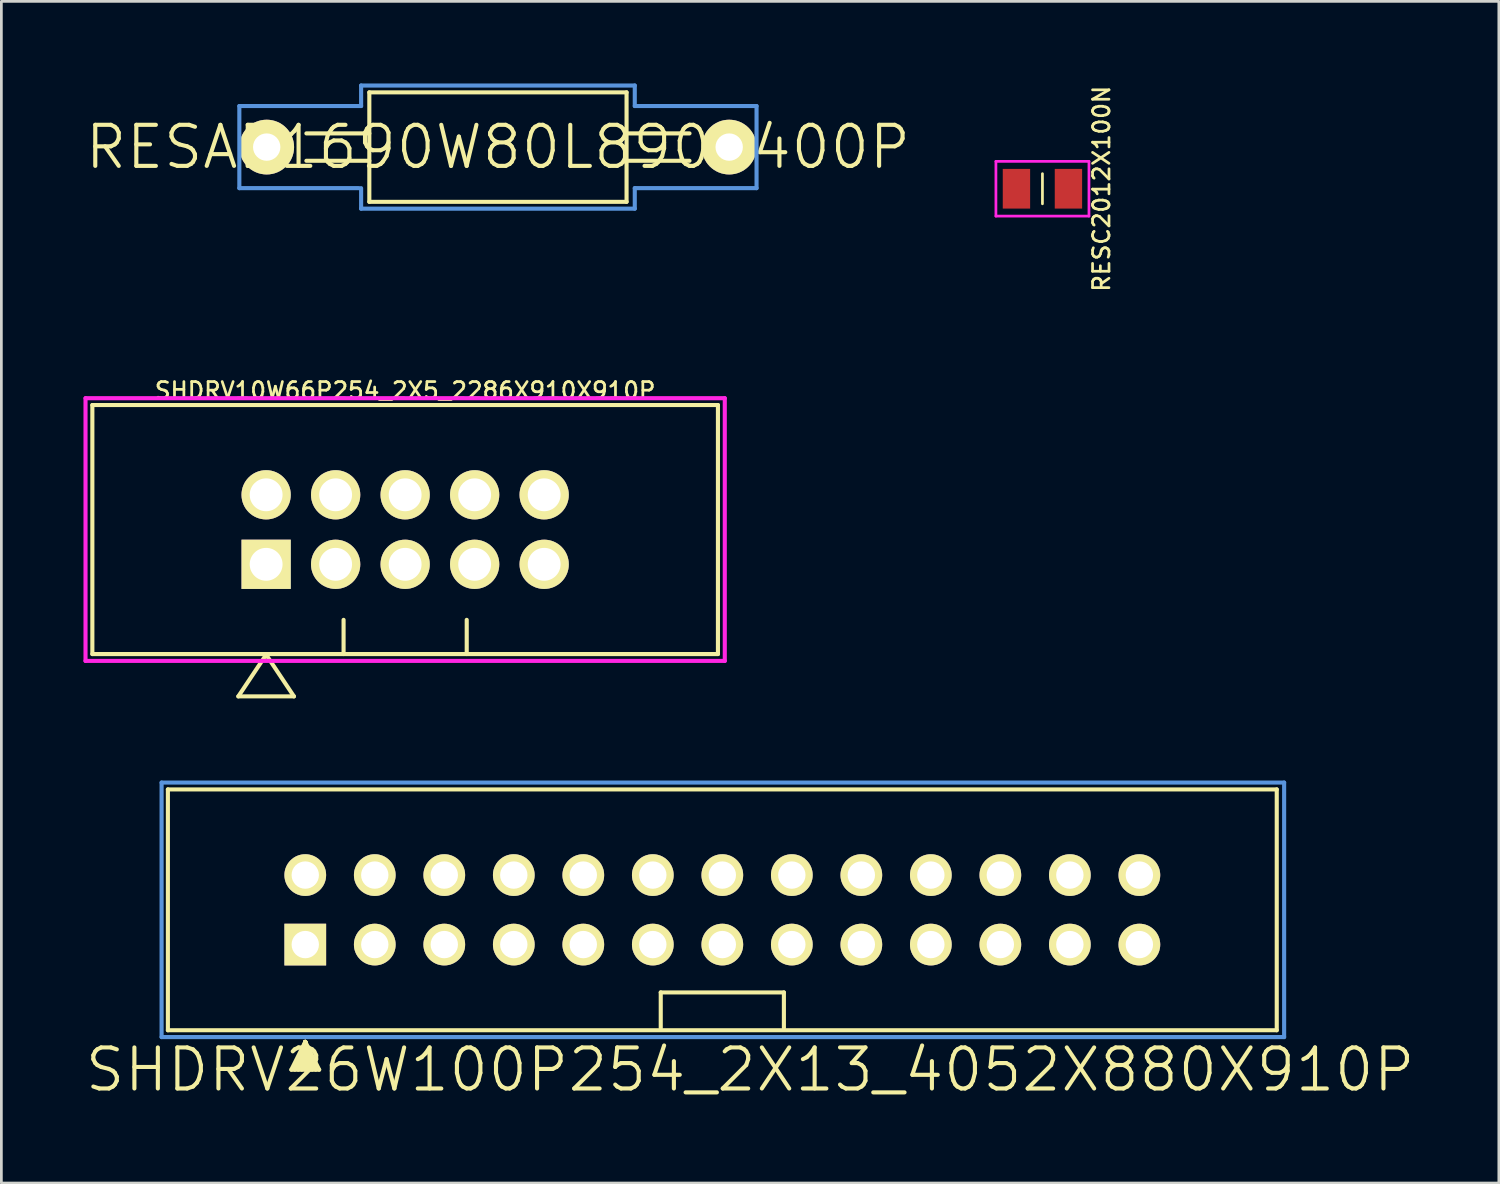
<source format=kicad_pcb>
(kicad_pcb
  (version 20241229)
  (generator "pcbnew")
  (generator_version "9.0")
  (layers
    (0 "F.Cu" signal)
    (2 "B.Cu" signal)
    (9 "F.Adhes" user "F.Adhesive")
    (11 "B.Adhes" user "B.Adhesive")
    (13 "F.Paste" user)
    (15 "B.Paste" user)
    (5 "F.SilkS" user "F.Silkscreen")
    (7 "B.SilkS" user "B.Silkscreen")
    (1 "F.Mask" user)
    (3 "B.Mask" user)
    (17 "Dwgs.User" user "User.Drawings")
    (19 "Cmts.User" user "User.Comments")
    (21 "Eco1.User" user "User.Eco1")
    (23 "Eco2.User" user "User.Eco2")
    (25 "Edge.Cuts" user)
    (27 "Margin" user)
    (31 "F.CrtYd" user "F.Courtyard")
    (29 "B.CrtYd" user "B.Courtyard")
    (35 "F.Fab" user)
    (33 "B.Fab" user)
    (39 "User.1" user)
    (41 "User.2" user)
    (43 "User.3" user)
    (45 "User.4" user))
  (footprint "RESC2012X100N"
    (layer "F.Cu")
    (at 35.043 3.847)
    (property "Reference" "RESC2012X100N" (at 2.159 0 90) (layer "F.SilkS") (effects (font (size 0.6 0.6) (thickness 0.1))))
    (attr through_hole)
    (fp_line (start 0 -0.55) (end 0 0.55) (stroke (width 0.1) (type solid)) (layer "F.SilkS"))
    (fp_line (start -1.7 -1) (end 1.7 -1) (stroke (width 0.1) (type solid)) (layer "F.CrtYd"))
    (fp_line (start -1.7 1) (end -1.7 -1) (stroke (width 0.1) (type solid)) (layer "F.CrtYd"))
    (fp_line (start 1.7 -1) (end 1.7 1) (stroke (width 0.1) (type solid)) (layer "F.CrtYd"))
    (fp_line (start 1.7 1) (end -1.7 1) (stroke (width 0.1) (type solid)) (layer "F.CrtYd"))
    (pad "1" smd rect (at -0.95 0) (size 1 1.45) (layers "F.Cu" "F.Mask" "F.Paste"))
    (pad "2" smd rect (at 0.95 0) (size 1 1.45) (layers "F.Cu" "F.Mask" "F.Paste")))
  (footprint "SHDRV10W66P254_2X5_2286X910X910P"
    (layer "F.Cu")
    (at 11.755 16.301)
    (property "Reference" "SHDRV10W66P254_2X5_2286X910X910P" (at 0 -5.08 0) (layer "F.SilkS") (effects (font (size 0.6 0.6) (thickness 0.1))))
    (attr through_hole)
    (fp_line (start -11.43 -4.55) (end -11.43 4.55) (stroke (width 0.15) (type solid)) (layer "F.SilkS"))
    (fp_line (start -11.43 4.55) (end 11.43 4.55) (stroke (width 0.15) (type solid)) (layer "F.SilkS"))
    (fp_line (start -6.096 6.096) (end -4.064 6.096) (stroke (width 0.15) (type solid)) (layer "F.SilkS"))
    (fp_line (start -5.08 4.572) (end -6.096 6.096) (stroke (width 0.15) (type solid)) (layer "F.SilkS"))
    (fp_line (start -4.064 6.096) (end -5.08 4.572) (stroke (width 0.15) (type solid)) (layer "F.SilkS"))
    (fp_line (start -2.25 4.55) (end -2.25 3.3) (stroke (width 0.15) (type solid)) (layer "F.SilkS"))
    (fp_line (start 2.25 4.55) (end 2.25 3.3) (stroke (width 0.15) (type solid)) (layer "F.SilkS"))
    (fp_line (start 11.43 -4.55) (end -11.43 -4.55) (stroke (width 0.15) (type solid)) (layer "F.SilkS"))
    (fp_line (start 11.43 4.55) (end 11.43 -4.55) (stroke (width 0.15) (type solid)) (layer "F.SilkS"))
    (fp_line (start -11.68 -4.8) (end 11.68 -4.8) (stroke (width 0.15) (type solid)) (layer "F.CrtYd"))
    (fp_line (start -11.68 4.8) (end -11.68 -4.8) (stroke (width 0.15) (type solid)) (layer "F.CrtYd"))
    (fp_line (start 11.68 -4.8) (end 11.68 4.8) (stroke (width 0.15) (type solid)) (layer "F.CrtYd"))
    (fp_line (start 11.68 4.8) (end -11.68 4.8) (stroke (width 0.15) (type solid)) (layer "F.CrtYd"))
    (pad "1" thru_hole rect (at -5.08 1.27) (size 1.8 1.8) (drill 1.2) (layers "*.Cu" "*.Mask" "F.SilkS"))
    (pad "2" thru_hole circle (at -5.08 -1.27) (size 1.8 1.8) (drill 1.2) (layers "*.Cu" "*.Mask" "F.SilkS"))
    (pad "3" thru_hole circle (at -2.54 1.27) (size 1.8 1.8) (drill 1.2) (layers "*.Cu" "*.Mask" "F.SilkS"))
    (pad "4" thru_hole circle (at -2.54 -1.27) (size 1.8 1.8) (drill 1.2) (layers "*.Cu" "*.Mask" "F.SilkS"))
    (pad "5" thru_hole circle (at 0 1.27) (size 1.8 1.8) (drill 1.2) (layers "*.Cu" "*.Mask" "F.SilkS"))
    (pad "6" thru_hole circle (at 0 -1.27) (size 1.8 1.8) (drill 1.2) (layers "*.Cu" "*.Mask" "F.SilkS"))
    (pad "7" thru_hole circle (at 2.54 1.27) (size 1.8 1.8) (drill 1.2) (layers "*.Cu" "*.Mask" "F.SilkS"))
    (pad "8" thru_hole circle (at 2.54 -1.27) (size 1.8 1.8) (drill 1.2) (layers "*.Cu" "*.Mask" "F.SilkS"))
    (pad "9" thru_hole circle (at 5.08 1.27) (size 1.8 1.8) (drill 1.2) (layers "*.Cu" "*.Mask" "F.SilkS"))
    (pad "10" thru_hole circle (at 5.08 -1.27) (size 1.8 1.8) (drill 1.2) (layers "*.Cu" "*.Mask" "F.SilkS")))
  (footprint "SHDRV26W100P254_2X13_4052X880X910P"
    (layer "F.Cu")
    (at 8.105 31.467)
    (property "Reference" "SHDRV26W100P254_2X13_4052X880X910P" (at 16.256 4.572 0) (layer "F.SilkS") (effects (font (size 1.5 1.5) (thickness 0.15))))
    (attr through_hole)
    (fp_line (start -5.02 -5.67) (end 35.5 -5.67) (stroke (width 0.15) (type solid)) (layer "F.SilkS"))
    (fp_line (start -5.02 3.13) (end -5.02 -5.67) (stroke (width 0.15) (type solid)) (layer "F.SilkS"))
    (fp_line (start -0.508 4.572) (end 0.508 4.572) (stroke (width 0.15) (type solid)) (layer "F.SilkS"))
    (fp_line (start 0 3.556) (end -0.508 4.572) (stroke (width 0.15) (type solid)) (layer "F.SilkS"))
    (fp_line (start 0 3.556) (end -0.381 4.572) (stroke (width 0.15) (type solid)) (layer "F.SilkS"))
    (fp_line (start 0 3.556) (end -0.254 4.572) (stroke (width 0.15) (type solid)) (layer "F.SilkS"))
    (fp_line (start 0 3.556) (end -0.127 4.572) (stroke (width 0.15) (type solid)) (layer "F.SilkS"))
    (fp_line (start 0 3.556) (end 0 4.572) (stroke (width 0.15) (type solid)) (layer "F.SilkS"))
    (fp_line (start 0 3.556) (end 0.127 4.572) (stroke (width 0.15) (type solid)) (layer "F.SilkS"))
    (fp_line (start 0 3.556) (end 0.254 4.572) (stroke (width 0.15) (type solid)) (layer "F.SilkS"))
    (fp_line (start 0 3.556) (end 0.381 4.572) (stroke (width 0.15) (type solid)) (layer "F.SilkS"))
    (fp_line (start 0.508 4.572) (end 0 3.556) (stroke (width 0.15) (type solid)) (layer "F.SilkS"))
    (fp_line (start 12.99 1.748) (end 12.99 3.048) (stroke (width 0.15) (type solid)) (layer "F.SilkS"))
    (fp_line (start 12.99 1.748) (end 17.49 1.748) (stroke (width 0.15) (type solid)) (layer "F.SilkS"))
    (fp_line (start 17.49 1.748) (end 17.49 3.048) (stroke (width 0.15) (type solid)) (layer "F.SilkS"))
    (fp_line (start 35.5 -5.67) (end 35.5 3.13) (stroke (width 0.15) (type solid)) (layer "F.SilkS"))
    (fp_line (start 35.5 3.13) (end -5.02 3.13) (stroke (width 0.15) (type solid)) (layer "F.SilkS"))
    (fp_line (start -5.25 -5.92) (end 35.77 -5.92) (stroke (width 0.15) (type solid)) (layer "Cmts.User"))
    (fp_line (start -5.25 3.38) (end -5.25 -5.92) (stroke (width 0.15) (type solid)) (layer "Cmts.User"))
    (fp_line (start 35.77 -5.92) (end 35.77 3.38) (stroke (width 0.15) (type solid)) (layer "Cmts.User"))
    (fp_line (start 35.77 3.38) (end -5.25 3.38) (stroke (width 0.15) (type solid)) (layer "Cmts.User"))
    (pad "1" thru_hole rect (at 0 0) (size 1.524 1.524) (drill 1) (layers "*.Cu" "*.Mask" "F.SilkS"))
    (pad "2" thru_hole circle (at 0 -2.54) (size 1.524 1.524) (drill 1) (layers "*.Cu" "*.Mask" "F.SilkS"))
    (pad "3" thru_hole circle (at 2.54 0) (size 1.524 1.524) (drill 1) (layers "*.Cu" "*.Mask" "F.SilkS"))
    (pad "4" thru_hole circle (at 2.54 -2.54) (size 1.524 1.524) (drill 1) (layers "*.Cu" "*.Mask" "F.SilkS"))
    (pad "5" thru_hole circle (at 5.08 0) (size 1.524 1.524) (drill 1) (layers "*.Cu" "*.Mask" "F.SilkS"))
    (pad "6" thru_hole circle (at 5.08 -2.54) (size 1.524 1.524) (drill 1) (layers "*.Cu" "*.Mask" "F.SilkS"))
    (pad "7" thru_hole circle (at 7.62 0) (size 1.524 1.524) (drill 1) (layers "*.Cu" "*.Mask" "F.SilkS"))
    (pad "8" thru_hole circle (at 7.62 -2.54) (size 1.524 1.524) (drill 1) (layers "*.Cu" "*.Mask" "F.SilkS"))
    (pad "9" thru_hole circle (at 10.16 0) (size 1.524 1.524) (drill 1) (layers "*.Cu" "*.Mask" "F.SilkS"))
    (pad "10" thru_hole circle (at 10.16 -2.54) (size 1.524 1.524) (drill 1) (layers "*.Cu" "*.Mask" "F.SilkS"))
    (pad "11" thru_hole circle (at 12.7 0) (size 1.524 1.524) (drill 1) (layers "*.Cu" "*.Mask" "F.SilkS"))
    (pad "12" thru_hole circle (at 12.7 -2.54) (size 1.524 1.524) (drill 1) (layers "*.Cu" "*.Mask" "F.SilkS"))
    (pad "13" thru_hole circle (at 15.24 0) (size 1.524 1.524) (drill 1) (layers "*.Cu" "*.Mask" "F.SilkS"))
    (pad "14" thru_hole circle (at 15.24 -2.54) (size 1.524 1.524) (drill 1) (layers "*.Cu" "*.Mask" "F.SilkS"))
    (pad "15" thru_hole circle (at 17.78 0) (size 1.524 1.524) (drill 1) (layers "*.Cu" "*.Mask" "F.SilkS"))
    (pad "16" thru_hole circle (at 17.78 -2.54) (size 1.524 1.524) (drill 1) (layers "*.Cu" "*.Mask" "F.SilkS"))
    (pad "17" thru_hole circle (at 20.32 0) (size 1.524 1.524) (drill 1) (layers "*.Cu" "*.Mask" "F.SilkS"))
    (pad "18" thru_hole circle (at 20.32 -2.54) (size 1.524 1.524) (drill 1) (layers "*.Cu" "*.Mask" "F.SilkS"))
    (pad "19" thru_hole circle (at 22.86 0) (size 1.524 1.524) (drill 1) (layers "*.Cu" "*.Mask" "F.SilkS"))
    (pad "20" thru_hole circle (at 22.86 -2.54) (size 1.524 1.524) (drill 1) (layers "*.Cu" "*.Mask" "F.SilkS"))
    (pad "21" thru_hole circle (at 25.4 0) (size 1.524 1.524) (drill 1) (layers "*.Cu" "*.Mask" "F.SilkS"))
    (pad "22" thru_hole circle (at 25.4 -2.54) (size 1.524 1.524) (drill 1) (layers "*.Cu" "*.Mask" "F.SilkS"))
    (pad "23" thru_hole circle (at 27.94 0) (size 1.524 1.524) (drill 1) (layers "*.Cu" "*.Mask" "F.SilkS"))
    (pad "24" thru_hole circle (at 27.94 -2.54) (size 1.524 1.524) (drill 1) (layers "*.Cu" "*.Mask" "F.SilkS"))
    (pad "25" thru_hole circle (at 30.48 0) (size 1.524 1.524) (drill 1) (layers "*.Cu" "*.Mask" "F.SilkS"))
    (pad "26" thru_hole circle (at 30.48 -2.54) (size 1.524 1.524) (drill 1) (layers "*.Cu" "*.Mask" "F.SilkS")))
  (footprint "RESAD1690W80L890D400P"
    (layer "F.Cu")
    (at 15.146 2.325)
    (property "Reference" "RESAD1690W80L890D400P" (at 0 0 0) (layer "F.SilkS") (effects (font (size 1.5 1.5) (thickness 0.15))))
    (attr through_hole)
    (fp_line (start -7 0.5) (end -4.7 0.5) (stroke (width 0.15) (type solid)) (layer "F.SilkS"))
    (fp_line (start -4.7 -2) (end 4.7 -2) (stroke (width 0.15) (type solid)) (layer "F.SilkS"))
    (fp_line (start -4.7 -0.5) (end -7 -0.5) (stroke (width 0.15) (type solid)) (layer "F.SilkS"))
    (fp_line (start -4.7 2) (end -4.7 -2) (stroke (width 0.15) (type solid)) (layer "F.SilkS"))
    (fp_line (start 4.7 -2) (end 4.7 2) (stroke (width 0.15) (type solid)) (layer "F.SilkS"))
    (fp_line (start 4.7 -0.5) (end 7 -0.5) (stroke (width 0.15) (type solid)) (layer "F.SilkS"))
    (fp_line (start 4.7 2) (end -4.7 2) (stroke (width 0.15) (type solid)) (layer "F.SilkS"))
    (fp_line (start 7 0.5) (end 4.7 0.5) (stroke (width 0.15) (type solid)) (layer "F.SilkS"))
    (fp_line (start -9.45 -1.5) (end -9.45 1.5) (stroke (width 0.15) (type solid)) (layer "Cmts.User"))
    (fp_line (start -9.45 1.5) (end -5.08 1.5) (stroke (width 0.15) (type solid)) (layer "Cmts.User"))
    (fp_line (start -5 -2.25) (end -5 -1.5) (stroke (width 0.15) (type solid)) (layer "Cmts.User"))
    (fp_line (start -5 -1.5) (end -9.45 -1.5) (stroke (width 0.15) (type solid)) (layer "Cmts.User"))
    (fp_line (start -5 1.5) (end -5 2.25) (stroke (width 0.15) (type solid)) (layer "Cmts.User"))
    (fp_line (start -5 2.25) (end 5 2.25) (stroke (width 0.15) (type solid)) (layer "Cmts.User"))
    (fp_line (start 5 -2.25) (end -5 -2.25) (stroke (width 0.15) (type solid)) (layer "Cmts.User"))
    (fp_line (start 5 -1.5) (end 5 -2.25) (stroke (width 0.15) (type solid)) (layer "Cmts.User"))
    (fp_line (start 5 1.5) (end 9.45 1.5) (stroke (width 0.15) (type solid)) (layer "Cmts.User"))
    (fp_line (start 5 2.25) (end 5 1.5) (stroke (width 0.15) (type solid)) (layer "Cmts.User"))
    (fp_line (start 9.45 -1.5) (end 5 -1.5) (stroke (width 0.15) (type solid)) (layer "Cmts.User"))
    (fp_line (start 9.45 1.5) (end 9.45 -1.5) (stroke (width 0.15) (type solid)) (layer "Cmts.User"))
    (pad "1" thru_hole circle (at -8.45 0) (size 2 2) (drill 1) (layers "*.Cu" "*.Mask" "F.SilkS"))
    (pad "2" thru_hole circle (at 8.45 0) (size 2 2) (drill 1) (layers "*.Cu" "*.Mask" "F.SilkS")))
  (gr_rect
    (start -3 -3)
    (end 51.721 40.18)
    (stroke (width 0.1) (type default))
    (fill no)
    (layer "Edge.Cuts")))
</source>
